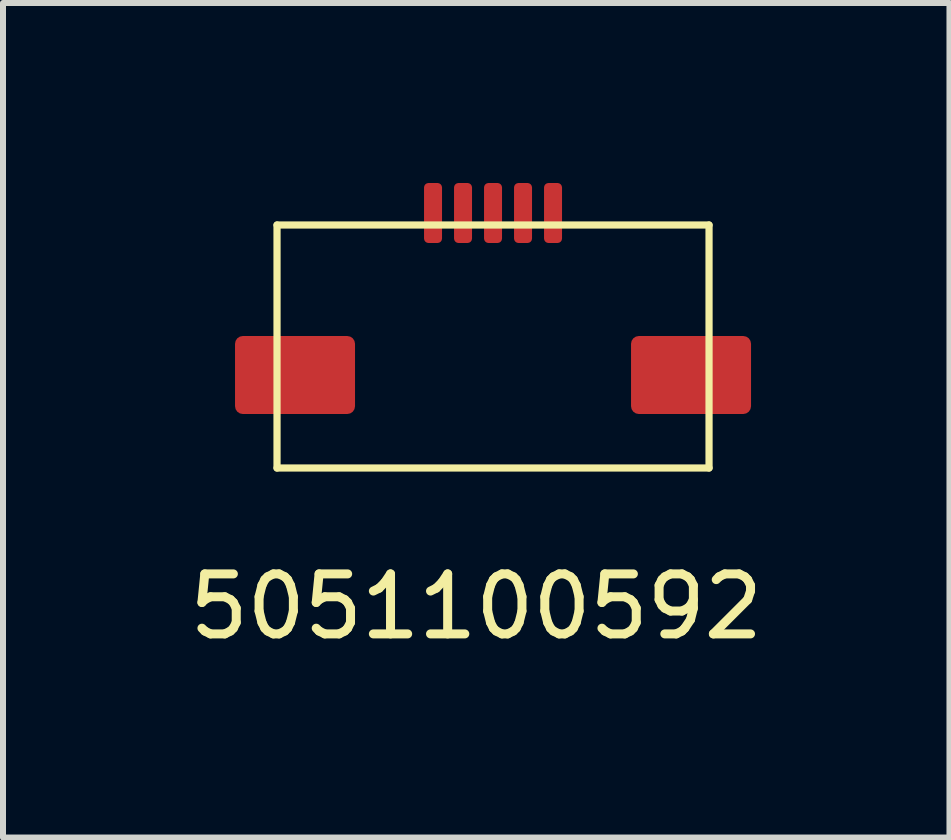
<source format=kicad_pcb>
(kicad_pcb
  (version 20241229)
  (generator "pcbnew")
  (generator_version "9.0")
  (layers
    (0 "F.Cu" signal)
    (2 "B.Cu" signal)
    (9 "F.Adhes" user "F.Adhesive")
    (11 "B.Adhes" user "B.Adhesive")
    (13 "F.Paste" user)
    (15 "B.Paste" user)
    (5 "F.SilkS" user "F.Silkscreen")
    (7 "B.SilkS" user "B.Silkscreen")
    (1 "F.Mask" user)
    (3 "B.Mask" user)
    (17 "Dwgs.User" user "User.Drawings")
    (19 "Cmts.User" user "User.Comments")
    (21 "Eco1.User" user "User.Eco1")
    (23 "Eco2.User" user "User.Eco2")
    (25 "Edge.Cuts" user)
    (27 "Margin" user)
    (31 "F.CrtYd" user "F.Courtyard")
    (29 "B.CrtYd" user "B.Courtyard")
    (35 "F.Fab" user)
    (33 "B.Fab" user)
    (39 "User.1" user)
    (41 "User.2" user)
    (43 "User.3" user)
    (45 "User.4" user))
  (footprint "5051100592"
    (layer "F.Cu")
    (at 7.167 2.5)
    (property "Reference" "5051100592" (at -2.28 4.56 0) (layer "F.SilkS") (effects (font (size 1 1) (thickness 0.15))))
    (attr through_hole)
    (fp_line (start -5.6 -1.8) (end -5.6 2.25) (stroke (width 0.12) (type solid)) (layer "F.SilkS"))
    (fp_line (start 1.6 -1.8) (end -5.6 -1.8) (stroke (width 0.12) (type solid)) (layer "F.SilkS"))
    (fp_line (start 1.6 -1.8) (end 1.6 2.25) (stroke (width 0.12) (type solid)) (layer "F.SilkS"))
    (fp_line (start 1.6 2.25) (end -5.6 2.25) (stroke (width 0.12) (type solid)) (layer "F.SilkS"))
    (pad "1" smd roundrect (at -3 -2) (size 0.3 1) (layers "F.Cu" "F.Mask" "F.Paste") (roundrect_rratio 0.25))
    (pad "2" smd roundrect (at -2.5 -2) (size 0.3 1) (layers "F.Cu" "F.Mask" "F.Paste") (roundrect_rratio 0.25))
    (pad "3" smd roundrect (at -2 -2) (size 0.3 1) (layers "F.Cu" "F.Mask" "F.Paste") (roundrect_rratio 0.25))
    (pad "4" smd roundrect (at -1.5 -2) (size 0.3 1) (layers "F.Cu" "F.Mask" "F.Paste") (roundrect_rratio 0.25))
    (pad "5" smd roundrect (at -1 -2) (size 0.3 1) (layers "F.Cu" "F.Mask" "F.Paste") (roundrect_rratio 0.25))
    (pad "6" smd roundrect (at -5.3 0.7) (size 2 1.3) (layers "F.Cu" "F.Mask" "F.Paste") (roundrect_rratio 0.1))
    (pad "6" smd roundrect (at 1.3 0.7) (size 2 1.3) (layers "F.Cu" "F.Mask" "F.Paste") (roundrect_rratio 0.1)))
  (gr_rect
    (start -3 -3)
    (end 12.774 10.908)
    (stroke (width 0.1) (type default))
    (fill no)
    (layer "Edge.Cuts")))
</source>
